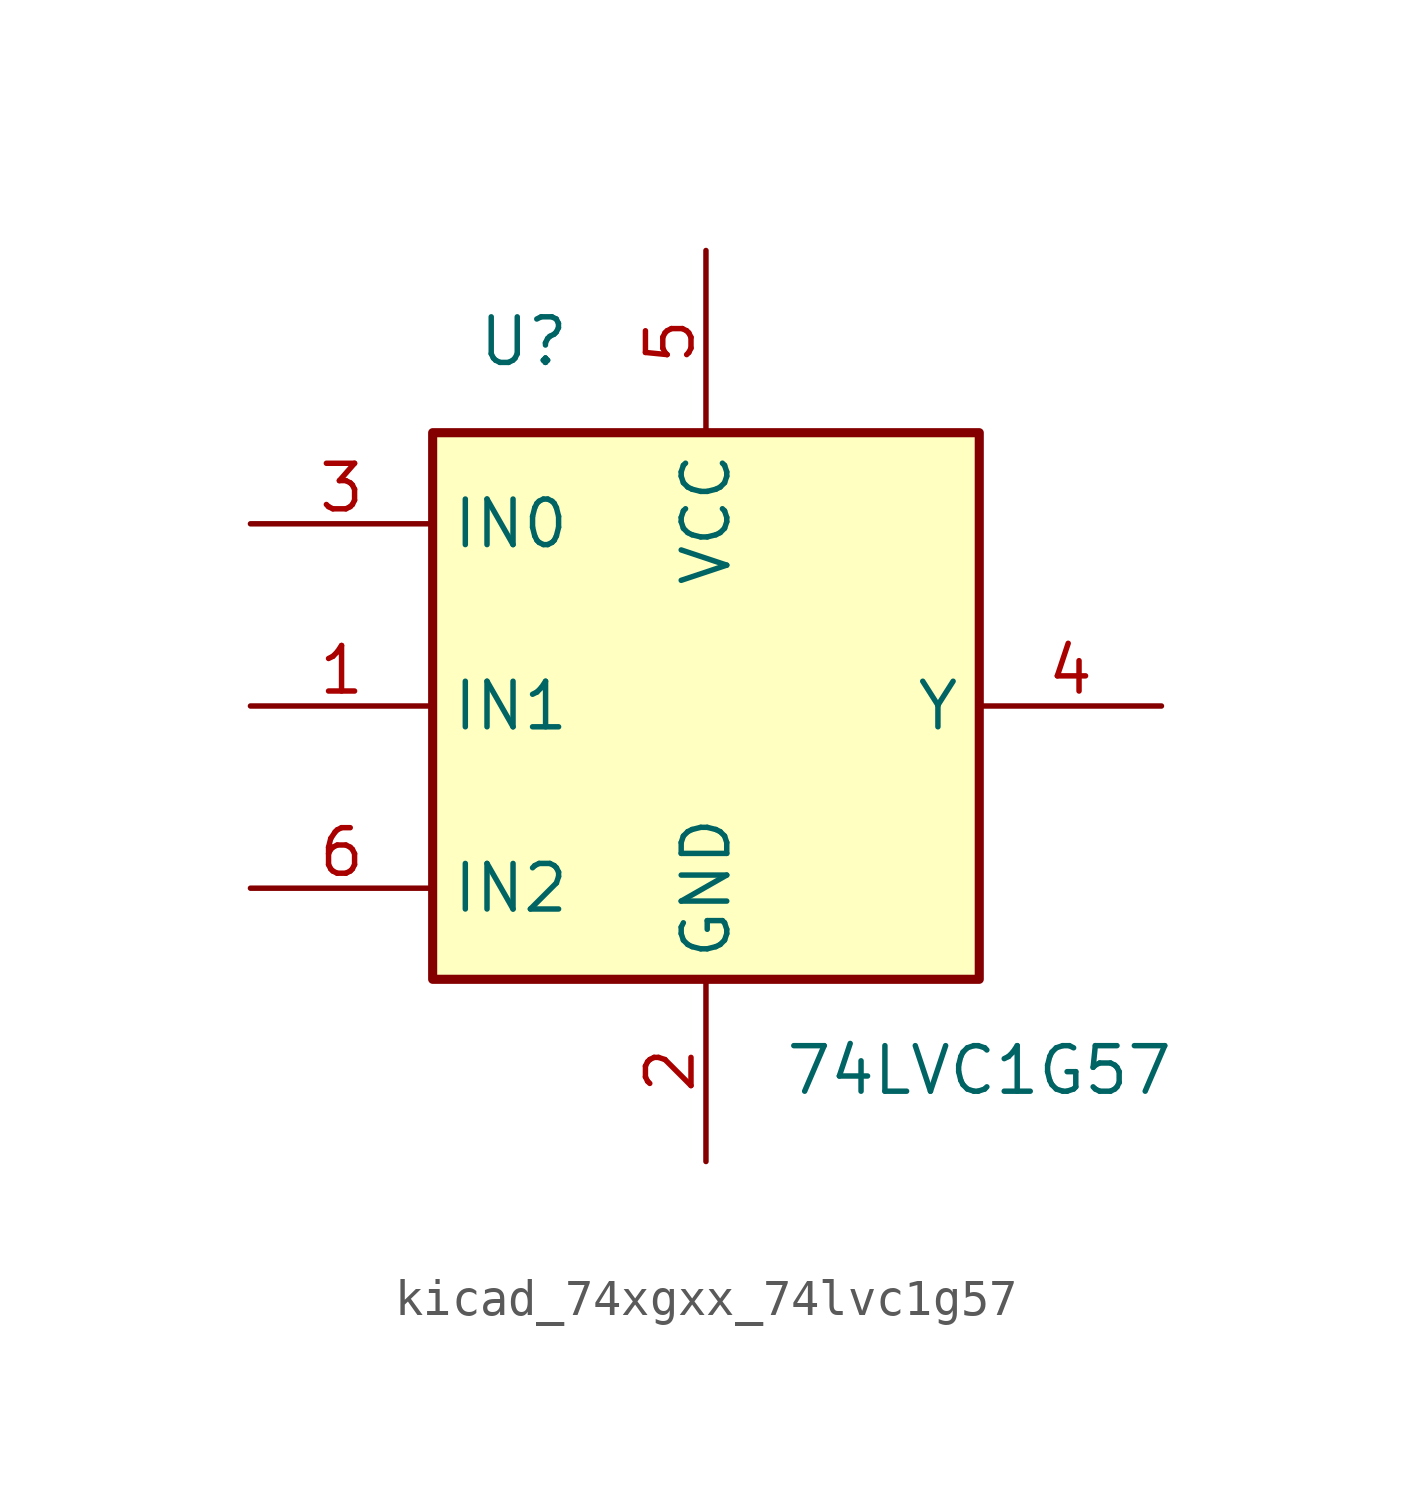
<source format=kicad_sym>
(kicad_symbol_lib
  (version 20220914)
  (generator kicad_symbol_editor)
  (symbol "kicad_74xgxx_74lvc1g57"
    (property "Reference" "U"
      (at -5.08 10.16 0)
      (effects (font (size 1.27 1.27))))
    (property "Value" "74LVC1G57"
      (at 7.62 -10.16 0)
      (effects (font (size 1.27 1.27))))
    (symbol "kicad_74xgxx_74lvc1g57_0_1"
      (rectangle (start -7.62 7.62) (end 7.62 -7.62) (stroke (width 0.254) (type default)) (fill (type background))))
    (symbol "kicad_74xgxx_74lvc1g57_1_1"
      (pin input line (at -12.7 0 0) (length 5.08) (name "IN1" (effects (font (size 1.27 1.27)))) (number "1" (effects (font (size 1.27 1.27)))))
      (pin power_in line (at 0 -12.7 90) (length 5.08) (name "GND" (effects (font (size 1.27 1.27)))) (number "2" (effects (font (size 1.27 1.27)))))
      (pin input line (at -12.7 5.08 0) (length 5.08) (name "IN0" (effects (font (size 1.27 1.27)))) (number "3" (effects (font (size 1.27 1.27)))))
      (pin output line (at 12.7 0 180) (length 5.08) (name "Y" (effects (font (size 1.27 1.27)))) (number "4" (effects (font (size 1.27 1.27)))))
      (pin power_in line (at 0 12.7 270) (length 5.08) (name "VCC" (effects (font (size 1.27 1.27)))) (number "5" (effects (font (size 1.27 1.27)))))
      (pin input line (at -12.7 -5.08 0) (length 5.08) (name "IN2" (effects (font (size 1.27 1.27)))) (number "6" (effects (font (size 1.27 1.27))))))))
</source>
